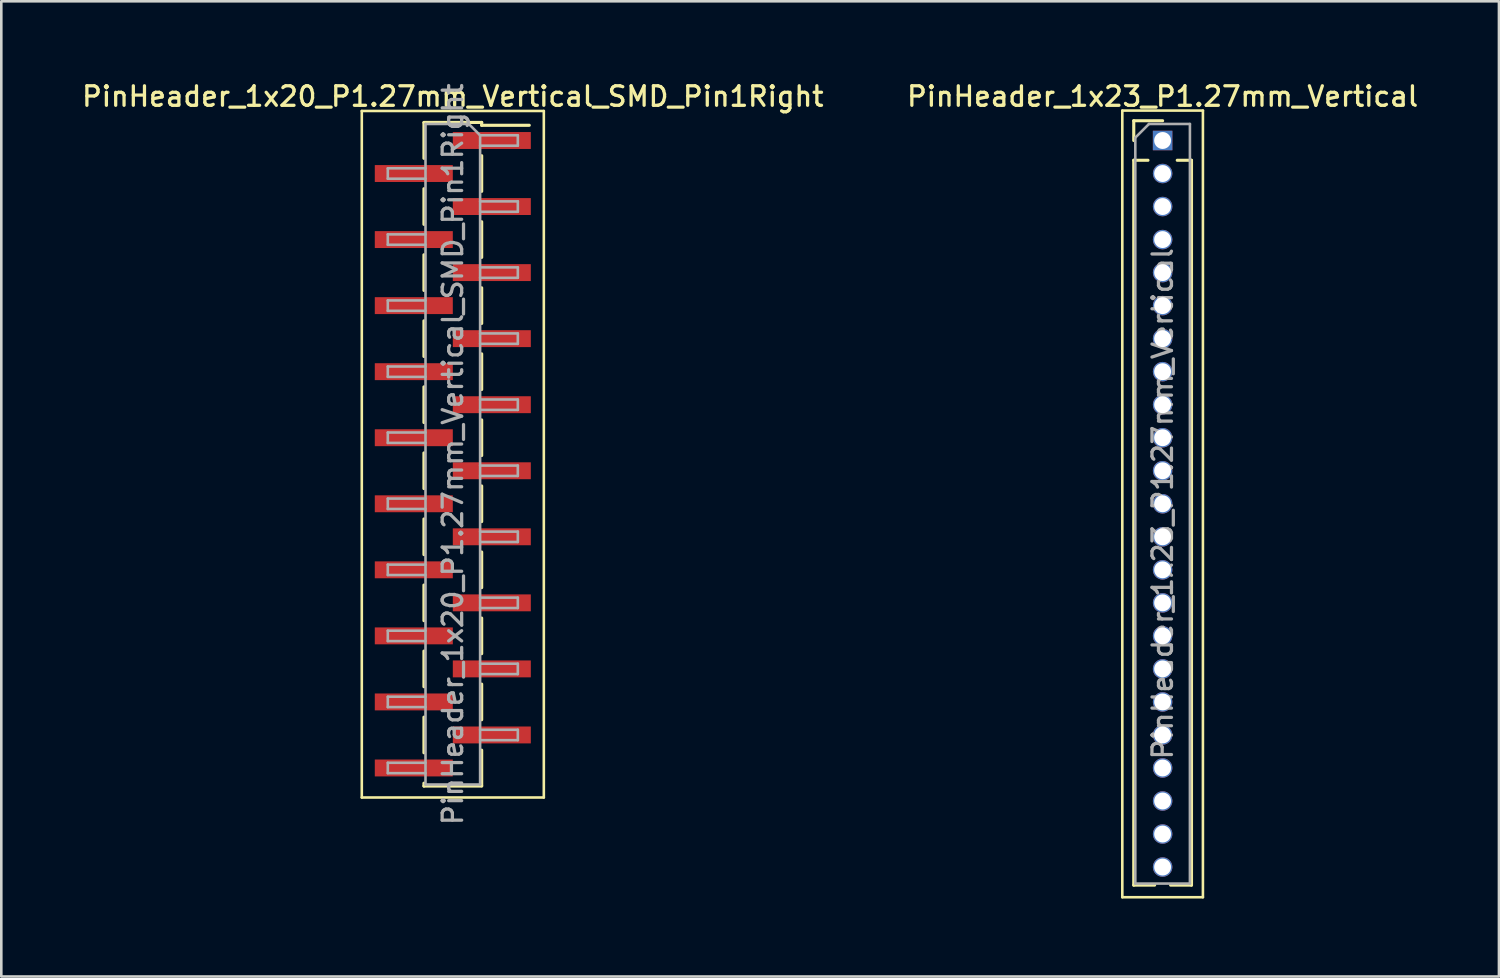
<source format=kicad_pcb>
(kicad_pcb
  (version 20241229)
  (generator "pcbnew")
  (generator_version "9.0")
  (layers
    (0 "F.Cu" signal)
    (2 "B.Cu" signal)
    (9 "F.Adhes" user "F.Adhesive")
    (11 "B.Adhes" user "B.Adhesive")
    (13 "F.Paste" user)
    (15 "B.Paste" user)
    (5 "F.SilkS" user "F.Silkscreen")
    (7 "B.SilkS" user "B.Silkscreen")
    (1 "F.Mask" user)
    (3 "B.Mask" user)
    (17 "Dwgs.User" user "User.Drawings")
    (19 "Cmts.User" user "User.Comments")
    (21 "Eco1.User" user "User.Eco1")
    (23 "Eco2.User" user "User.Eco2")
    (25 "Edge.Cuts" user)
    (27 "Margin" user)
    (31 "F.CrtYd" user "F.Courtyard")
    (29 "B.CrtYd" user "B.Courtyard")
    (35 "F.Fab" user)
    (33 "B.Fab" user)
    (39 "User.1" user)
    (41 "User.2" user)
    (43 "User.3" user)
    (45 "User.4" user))
  (footprint "PinHeader_1x23_P1.27mm_Vertical"
    (layer "F.Cu")
    (at 41.659 2.353)
    (property "Reference" "PinHeader_1x23_P1.27mm_Vertical" (at 0 -1.695 0) (layer "F.SilkS") (effects (font (size 0.75 0.75) (thickness 0.125))))
    (attr through_hole)
    (fp_line (start -1.55 -1.15) (end -1.55 29.1) (stroke (width 0.1) (type solid)) (layer "F.SilkS"))
    (fp_line (start -1.55 29.1) (end 1.55 29.1) (stroke (width 0.1) (type solid)) (layer "F.SilkS"))
    (fp_line (start -1.11 -0.76) (end 0 -0.76) (stroke (width 0.12) (type solid)) (layer "F.SilkS"))
    (fp_line (start -1.11 0) (end -1.11 -0.76) (stroke (width 0.12) (type solid)) (layer "F.SilkS"))
    (fp_line (start -1.11 0.76) (end -1.11 28.635) (stroke (width 0.12) (type solid)) (layer "F.SilkS"))
    (fp_line (start -1.11 0.76) (end -0.563 0.76) (stroke (width 0.12) (type solid)) (layer "F.SilkS"))
    (fp_line (start -1.11 28.635) (end -0.308 28.635) (stroke (width 0.12) (type solid)) (layer "F.SilkS"))
    (fp_line (start 0.308 28.635) (end 1.11 28.635) (stroke (width 0.12) (type solid)) (layer "F.SilkS"))
    (fp_line (start 0.563 0.76) (end 1.11 0.76) (stroke (width 0.12) (type solid)) (layer "F.SilkS"))
    (fp_line (start 1.11 0.76) (end 1.11 28.635) (stroke (width 0.12) (type solid)) (layer "F.SilkS"))
    (fp_line (start 1.55 -1.15) (end -1.55 -1.15) (stroke (width 0.1) (type solid)) (layer "F.SilkS"))
    (fp_line (start 1.55 29.1) (end 1.55 -1.15) (stroke (width 0.1) (type solid)) (layer "F.SilkS"))
    (fp_line (start -1.05 -0.11) (end -0.525 -0.635) (stroke (width 0.1) (type solid)) (layer "F.Fab"))
    (fp_line (start -1.05 28.575) (end -1.05 -0.11) (stroke (width 0.1) (type solid)) (layer "F.Fab"))
    (fp_line (start -0.525 -0.635) (end 1.05 -0.635) (stroke (width 0.1) (type solid)) (layer "F.Fab"))
    (fp_line (start 1.05 -0.635) (end 1.05 28.575) (stroke (width 0.1) (type solid)) (layer "F.Fab"))
    (fp_line (start 1.05 28.575) (end -1.05 28.575) (stroke (width 0.1) (type solid)) (layer "F.Fab"))
    (fp_text user "${REFERENCE}" (at 0 13.97 90) (layer "F.Fab") (effects (font (size 0.75 0.75) (thickness 0.125))))
    (pad "1" thru_hole rect (at 0 0) (size 0.75 0.75) (drill 0.65) (layers "*.Cu" "*.Mask"))
    (pad "2" thru_hole oval (at 0 1.27) (size 0.75 0.75) (drill 0.65) (layers "*.Cu" "*.Mask"))
    (pad "3" thru_hole oval (at 0 2.54) (size 0.75 0.75) (drill 0.65) (layers "*.Cu" "*.Mask"))
    (pad "4" thru_hole oval (at 0 3.81) (size 0.75 0.75) (drill 0.65) (layers "*.Cu" "*.Mask"))
    (pad "5" thru_hole oval (at 0 5.08) (size 0.75 0.75) (drill 0.65) (layers "*.Cu" "*.Mask"))
    (pad "6" thru_hole oval (at 0 6.35) (size 0.75 0.75) (drill 0.65) (layers "*.Cu" "*.Mask"))
    (pad "7" thru_hole oval (at 0 7.62) (size 0.75 0.75) (drill 0.65) (layers "*.Cu" "*.Mask"))
    (pad "8" thru_hole oval (at 0 8.89) (size 0.75 0.75) (drill 0.65) (layers "*.Cu" "*.Mask"))
    (pad "9" thru_hole oval (at 0 10.16) (size 0.75 0.75) (drill 0.65) (layers "*.Cu" "*.Mask"))
    (pad "10" thru_hole oval (at 0 11.43) (size 0.75 0.75) (drill 0.65) (layers "*.Cu" "*.Mask"))
    (pad "11" thru_hole oval (at 0 12.7) (size 0.75 0.75) (drill 0.65) (layers "*.Cu" "*.Mask"))
    (pad "12" thru_hole oval (at 0 13.97) (size 0.75 0.75) (drill 0.65) (layers "*.Cu" "*.Mask"))
    (pad "13" thru_hole oval (at 0 15.24) (size 0.75 0.75) (drill 0.65) (layers "*.Cu" "*.Mask"))
    (pad "14" thru_hole oval (at 0 16.51) (size 0.75 0.75) (drill 0.65) (layers "*.Cu" "*.Mask"))
    (pad "15" thru_hole oval (at 0 17.78) (size 0.75 0.75) (drill 0.65) (layers "*.Cu" "*.Mask"))
    (pad "16" thru_hole oval (at 0 19.05) (size 0.75 0.75) (drill 0.65) (layers "*.Cu" "*.Mask"))
    (pad "17" thru_hole oval (at 0 20.32) (size 0.75 0.75) (drill 0.65) (layers "*.Cu" "*.Mask"))
    (pad "18" thru_hole oval (at 0 21.59) (size 0.75 0.75) (drill 0.65) (layers "*.Cu" "*.Mask"))
    (pad "19" thru_hole oval (at 0 22.86) (size 0.75 0.75) (drill 0.65) (layers "*.Cu" "*.Mask"))
    (pad "20" thru_hole oval (at 0 24.13) (size 0.75 0.75) (drill 0.65) (layers "*.Cu" "*.Mask"))
    (pad "21" thru_hole oval (at 0 25.4) (size 0.75 0.75) (drill 0.65) (layers "*.Cu" "*.Mask"))
    (pad "22" thru_hole oval (at 0 26.67) (size 0.75 0.75) (drill 0.65) (layers "*.Cu" "*.Mask"))
    (pad "23" thru_hole oval (at 0 27.94) (size 0.75 0.75) (drill 0.65) (layers "*.Cu" "*.Mask")))
  (footprint "PinHeader_1x20_P1.27mm_Vertical_SMD_Pin1Right"
    (layer "F.Cu")
    (at 14.363 14.418)
    (property "Reference" "PinHeader_1x20_P1.27mm_Vertical_SMD_Pin1Right" (at 0 -13.76 0) (layer "F.SilkS") (effects (font (size 0.75 0.75) (thickness 0.125))))
    (attr smd)
    (fp_line (start -3.5 -13.2) (end -3.5 13.2) (stroke (width 0.1) (type solid)) (layer "F.SilkS"))
    (fp_line (start -3.5 13.2) (end 3.5 13.2) (stroke (width 0.1) (type solid)) (layer "F.SilkS"))
    (fp_line (start -1.11 -12.76) (end 1.11 -12.76) (stroke (width 0.12) (type solid)) (layer "F.SilkS"))
    (fp_line (start -1.11 -12.75) (end -1.11 -11.38) (stroke (width 0.12) (type solid)) (layer "F.SilkS"))
    (fp_line (start -1.11 -10.21) (end -1.11 -8.84) (stroke (width 0.12) (type solid)) (layer "F.SilkS"))
    (fp_line (start -1.11 -7.67) (end -1.11 -6.3) (stroke (width 0.12) (type solid)) (layer "F.SilkS"))
    (fp_line (start -1.11 -5.13) (end -1.11 -3.76) (stroke (width 0.12) (type solid)) (layer "F.SilkS"))
    (fp_line (start -1.11 -2.59) (end -1.11 -1.22) (stroke (width 0.12) (type solid)) (layer "F.SilkS"))
    (fp_line (start -1.11 -0.05) (end -1.11 1.32) (stroke (width 0.12) (type solid)) (layer "F.SilkS"))
    (fp_line (start -1.11 2.49) (end -1.11 3.86) (stroke (width 0.12) (type solid)) (layer "F.SilkS"))
    (fp_line (start -1.11 5.03) (end -1.11 6.4) (stroke (width 0.12) (type solid)) (layer "F.SilkS"))
    (fp_line (start -1.11 7.57) (end -1.11 8.94) (stroke (width 0.12) (type solid)) (layer "F.SilkS"))
    (fp_line (start -1.11 10.11) (end -1.11 11.48) (stroke (width 0.12) (type solid)) (layer "F.SilkS"))
    (fp_line (start -1.11 12.65) (end -1.11 12.76) (stroke (width 0.12) (type solid)) (layer "F.SilkS"))
    (fp_line (start -1.11 12.76) (end 1.11 12.76) (stroke (width 0.12) (type solid)) (layer "F.SilkS"))
    (fp_line (start 1.11 -12.76) (end 1.11 -12.65) (stroke (width 0.12) (type solid)) (layer "F.SilkS"))
    (fp_line (start 1.11 -12.65) (end 2.94 -12.65) (stroke (width 0.12) (type solid)) (layer "F.SilkS"))
    (fp_line (start 1.11 -11.48) (end 1.11 -10.11) (stroke (width 0.12) (type solid)) (layer "F.SilkS"))
    (fp_line (start 1.11 -8.94) (end 1.11 -7.57) (stroke (width 0.12) (type solid)) (layer "F.SilkS"))
    (fp_line (start 1.11 -6.4) (end 1.11 -5.03) (stroke (width 0.12) (type solid)) (layer "F.SilkS"))
    (fp_line (start 1.11 -3.86) (end 1.11 -2.49) (stroke (width 0.12) (type solid)) (layer "F.SilkS"))
    (fp_line (start 1.11 -1.32) (end 1.11 0.05) (stroke (width 0.12) (type solid)) (layer "F.SilkS"))
    (fp_line (start 1.11 1.22) (end 1.11 2.59) (stroke (width 0.12) (type solid)) (layer "F.SilkS"))
    (fp_line (start 1.11 3.76) (end 1.11 5.13) (stroke (width 0.12) (type solid)) (layer "F.SilkS"))
    (fp_line (start 1.11 6.3) (end 1.11 7.67) (stroke (width 0.12) (type solid)) (layer "F.SilkS"))
    (fp_line (start 1.11 8.84) (end 1.11 10.21) (stroke (width 0.12) (type solid)) (layer "F.SilkS"))
    (fp_line (start 1.11 11.38) (end 1.11 12.75) (stroke (width 0.12) (type solid)) (layer "F.SilkS"))
    (fp_line (start 3.5 -13.2) (end -3.5 -13.2) (stroke (width 0.1) (type solid)) (layer "F.SilkS"))
    (fp_line (start 3.5 13.2) (end 3.5 -13.2) (stroke (width 0.1) (type solid)) (layer "F.SilkS"))
    (fp_line (start -2.5 -10.995) (end -2.5 -10.595) (stroke (width 0.1) (type solid)) (layer "F.Fab"))
    (fp_line (start -2.5 -10.595) (end -1.05 -10.595) (stroke (width 0.1) (type solid)) (layer "F.Fab"))
    (fp_line (start -2.5 -8.455) (end -2.5 -8.055) (stroke (width 0.1) (type solid)) (layer "F.Fab"))
    (fp_line (start -2.5 -8.055) (end -1.05 -8.055) (stroke (width 0.1) (type solid)) (layer "F.Fab"))
    (fp_line (start -2.5 -5.915) (end -2.5 -5.515) (stroke (width 0.1) (type solid)) (layer "F.Fab"))
    (fp_line (start -2.5 -5.515) (end -1.05 -5.515) (stroke (width 0.1) (type solid)) (layer "F.Fab"))
    (fp_line (start -2.5 -3.375) (end -2.5 -2.975) (stroke (width 0.1) (type solid)) (layer "F.Fab"))
    (fp_line (start -2.5 -2.975) (end -1.05 -2.975) (stroke (width 0.1) (type solid)) (layer "F.Fab"))
    (fp_line (start -2.5 -0.835) (end -2.5 -0.435) (stroke (width 0.1) (type solid)) (layer "F.Fab"))
    (fp_line (start -2.5 -0.435) (end -1.05 -0.435) (stroke (width 0.1) (type solid)) (layer "F.Fab"))
    (fp_line (start -2.5 1.705) (end -2.5 2.105) (stroke (width 0.1) (type solid)) (layer "F.Fab"))
    (fp_line (start -2.5 2.105) (end -1.05 2.105) (stroke (width 0.1) (type solid)) (layer "F.Fab"))
    (fp_line (start -2.5 4.245) (end -2.5 4.645) (stroke (width 0.1) (type solid)) (layer "F.Fab"))
    (fp_line (start -2.5 4.645) (end -1.05 4.645) (stroke (width 0.1) (type solid)) (layer "F.Fab"))
    (fp_line (start -2.5 6.785) (end -2.5 7.185) (stroke (width 0.1) (type solid)) (layer "F.Fab"))
    (fp_line (start -2.5 7.185) (end -1.05 7.185) (stroke (width 0.1) (type solid)) (layer "F.Fab"))
    (fp_line (start -2.5 9.325) (end -2.5 9.725) (stroke (width 0.1) (type solid)) (layer "F.Fab"))
    (fp_line (start -2.5 9.725) (end -1.05 9.725) (stroke (width 0.1) (type solid)) (layer "F.Fab"))
    (fp_line (start -2.5 11.865) (end -2.5 12.265) (stroke (width 0.1) (type solid)) (layer "F.Fab"))
    (fp_line (start -2.5 12.265) (end -1.05 12.265) (stroke (width 0.1) (type solid)) (layer "F.Fab"))
    (fp_line (start -1.05 -12.7) (end -1.05 12.7) (stroke (width 0.1) (type solid)) (layer "F.Fab"))
    (fp_line (start -1.05 -12.7) (end 0.615 -12.7) (stroke (width 0.1) (type solid)) (layer "F.Fab"))
    (fp_line (start -1.05 -10.995) (end -2.5 -10.995) (stroke (width 0.1) (type solid)) (layer "F.Fab"))
    (fp_line (start -1.05 -8.455) (end -2.5 -8.455) (stroke (width 0.1) (type solid)) (layer "F.Fab"))
    (fp_line (start -1.05 -5.915) (end -2.5 -5.915) (stroke (width 0.1) (type solid)) (layer "F.Fab"))
    (fp_line (start -1.05 -3.375) (end -2.5 -3.375) (stroke (width 0.1) (type solid)) (layer "F.Fab"))
    (fp_line (start -1.05 -0.835) (end -2.5 -0.835) (stroke (width 0.1) (type solid)) (layer "F.Fab"))
    (fp_line (start -1.05 1.705) (end -2.5 1.705) (stroke (width 0.1) (type solid)) (layer "F.Fab"))
    (fp_line (start -1.05 4.245) (end -2.5 4.245) (stroke (width 0.1) (type solid)) (layer "F.Fab"))
    (fp_line (start -1.05 6.785) (end -2.5 6.785) (stroke (width 0.1) (type solid)) (layer "F.Fab"))
    (fp_line (start -1.05 9.325) (end -2.5 9.325) (stroke (width 0.1) (type solid)) (layer "F.Fab"))
    (fp_line (start -1.05 11.865) (end -2.5 11.865) (stroke (width 0.1) (type solid)) (layer "F.Fab"))
    (fp_line (start 1.05 -12.265) (end 0.615 -12.7) (stroke (width 0.1) (type solid)) (layer "F.Fab"))
    (fp_line (start 1.05 -12.265) (end 2.5 -12.265) (stroke (width 0.1) (type solid)) (layer "F.Fab"))
    (fp_line (start 1.05 -9.725) (end 2.5 -9.725) (stroke (width 0.1) (type solid)) (layer "F.Fab"))
    (fp_line (start 1.05 -7.185) (end 2.5 -7.185) (stroke (width 0.1) (type solid)) (layer "F.Fab"))
    (fp_line (start 1.05 -4.645) (end 2.5 -4.645) (stroke (width 0.1) (type solid)) (layer "F.Fab"))
    (fp_line (start 1.05 -2.105) (end 2.5 -2.105) (stroke (width 0.1) (type solid)) (layer "F.Fab"))
    (fp_line (start 1.05 0.435) (end 2.5 0.435) (stroke (width 0.1) (type solid)) (layer "F.Fab"))
    (fp_line (start 1.05 2.975) (end 2.5 2.975) (stroke (width 0.1) (type solid)) (layer "F.Fab"))
    (fp_line (start 1.05 5.515) (end 2.5 5.515) (stroke (width 0.1) (type solid)) (layer "F.Fab"))
    (fp_line (start 1.05 8.055) (end 2.5 8.055) (stroke (width 0.1) (type solid)) (layer "F.Fab"))
    (fp_line (start 1.05 10.595) (end 2.5 10.595) (stroke (width 0.1) (type solid)) (layer "F.Fab"))
    (fp_line (start 1.05 12.7) (end -1.05 12.7) (stroke (width 0.1) (type solid)) (layer "F.Fab"))
    (fp_line (start 1.05 12.7) (end 1.05 -12.265) (stroke (width 0.1) (type solid)) (layer "F.Fab"))
    (fp_line (start 2.5 -12.265) (end 2.5 -11.865) (stroke (width 0.1) (type solid)) (layer "F.Fab"))
    (fp_line (start 2.5 -11.865) (end 1.05 -11.865) (stroke (width 0.1) (type solid)) (layer "F.Fab"))
    (fp_line (start 2.5 -9.725) (end 2.5 -9.325) (stroke (width 0.1) (type solid)) (layer "F.Fab"))
    (fp_line (start 2.5 -9.325) (end 1.05 -9.325) (stroke (width 0.1) (type solid)) (layer "F.Fab"))
    (fp_line (start 2.5 -7.185) (end 2.5 -6.785) (stroke (width 0.1) (type solid)) (layer "F.Fab"))
    (fp_line (start 2.5 -6.785) (end 1.05 -6.785) (stroke (width 0.1) (type solid)) (layer "F.Fab"))
    (fp_line (start 2.5 -4.645) (end 2.5 -4.245) (stroke (width 0.1) (type solid)) (layer "F.Fab"))
    (fp_line (start 2.5 -4.245) (end 1.05 -4.245) (stroke (width 0.1) (type solid)) (layer "F.Fab"))
    (fp_line (start 2.5 -2.105) (end 2.5 -1.705) (stroke (width 0.1) (type solid)) (layer "F.Fab"))
    (fp_line (start 2.5 -1.705) (end 1.05 -1.705) (stroke (width 0.1) (type solid)) (layer "F.Fab"))
    (fp_line (start 2.5 0.435) (end 2.5 0.835) (stroke (width 0.1) (type solid)) (layer "F.Fab"))
    (fp_line (start 2.5 0.835) (end 1.05 0.835) (stroke (width 0.1) (type solid)) (layer "F.Fab"))
    (fp_line (start 2.5 2.975) (end 2.5 3.375) (stroke (width 0.1) (type solid)) (layer "F.Fab"))
    (fp_line (start 2.5 3.375) (end 1.05 3.375) (stroke (width 0.1) (type solid)) (layer "F.Fab"))
    (fp_line (start 2.5 5.515) (end 2.5 5.915) (stroke (width 0.1) (type solid)) (layer "F.Fab"))
    (fp_line (start 2.5 5.915) (end 1.05 5.915) (stroke (width 0.1) (type solid)) (layer "F.Fab"))
    (fp_line (start 2.5 8.055) (end 2.5 8.455) (stroke (width 0.1) (type solid)) (layer "F.Fab"))
    (fp_line (start 2.5 8.455) (end 1.05 8.455) (stroke (width 0.1) (type solid)) (layer "F.Fab"))
    (fp_line (start 2.5 10.595) (end 2.5 10.995) (stroke (width 0.1) (type solid)) (layer "F.Fab"))
    (fp_line (start 2.5 10.995) (end 1.05 10.995) (stroke (width 0.1) (type solid)) (layer "F.Fab"))
    (fp_text user "${REFERENCE}" (at 0 0 90) (layer "F.Fab") (effects (font (size 0.75 0.75) (thickness 0.125))))
    (pad "1" smd rect (at 1.5 -12.065) (size 3 0.65) (layers "F.Cu" "F.Mask" "F.Paste"))
    (pad "2" smd rect (at -1.5 -10.795) (size 3 0.65) (layers "F.Cu" "F.Mask" "F.Paste"))
    (pad "3" smd rect (at 1.5 -9.525) (size 3 0.65) (layers "F.Cu" "F.Mask" "F.Paste"))
    (pad "4" smd rect (at -1.5 -8.255) (size 3 0.65) (layers "F.Cu" "F.Mask" "F.Paste"))
    (pad "5" smd rect (at 1.5 -6.985) (size 3 0.65) (layers "F.Cu" "F.Mask" "F.Paste"))
    (pad "6" smd rect (at -1.5 -5.715) (size 3 0.65) (layers "F.Cu" "F.Mask" "F.Paste"))
    (pad "7" smd rect (at 1.5 -4.445) (size 3 0.65) (layers "F.Cu" "F.Mask" "F.Paste"))
    (pad "8" smd rect (at -1.5 -3.175) (size 3 0.65) (layers "F.Cu" "F.Mask" "F.Paste"))
    (pad "9" smd rect (at 1.5 -1.905) (size 3 0.65) (layers "F.Cu" "F.Mask" "F.Paste"))
    (pad "10" smd rect (at -1.5 -0.635) (size 3 0.65) (layers "F.Cu" "F.Mask" "F.Paste"))
    (pad "11" smd rect (at 1.5 0.635) (size 3 0.65) (layers "F.Cu" "F.Mask" "F.Paste"))
    (pad "12" smd rect (at -1.5 1.905) (size 3 0.65) (layers "F.Cu" "F.Mask" "F.Paste"))
    (pad "13" smd rect (at 1.5 3.175) (size 3 0.65) (layers "F.Cu" "F.Mask" "F.Paste"))
    (pad "14" smd rect (at -1.5 4.445) (size 3 0.65) (layers "F.Cu" "F.Mask" "F.Paste"))
    (pad "15" smd rect (at 1.5 5.715) (size 3 0.65) (layers "F.Cu" "F.Mask" "F.Paste"))
    (pad "16" smd rect (at -1.5 6.985) (size 3 0.65) (layers "F.Cu" "F.Mask" "F.Paste"))
    (pad "17" smd rect (at 1.5 8.255) (size 3 0.65) (layers "F.Cu" "F.Mask" "F.Paste"))
    (pad "18" smd rect (at -1.5 9.525) (size 3 0.65) (layers "F.Cu" "F.Mask" "F.Paste"))
    (pad "19" smd rect (at 1.5 10.795) (size 3 0.65) (layers "F.Cu" "F.Mask" "F.Paste"))
    (pad "20" smd rect (at -1.5 12.065) (size 3 0.65) (layers "F.Cu" "F.Mask" "F.Paste")))
  (gr_rect
    (start -3 -3)
    (end 54.593 34.503)
    (stroke (width 0.1) (type default))
    (fill no)
    (layer "Edge.Cuts")))
</source>
